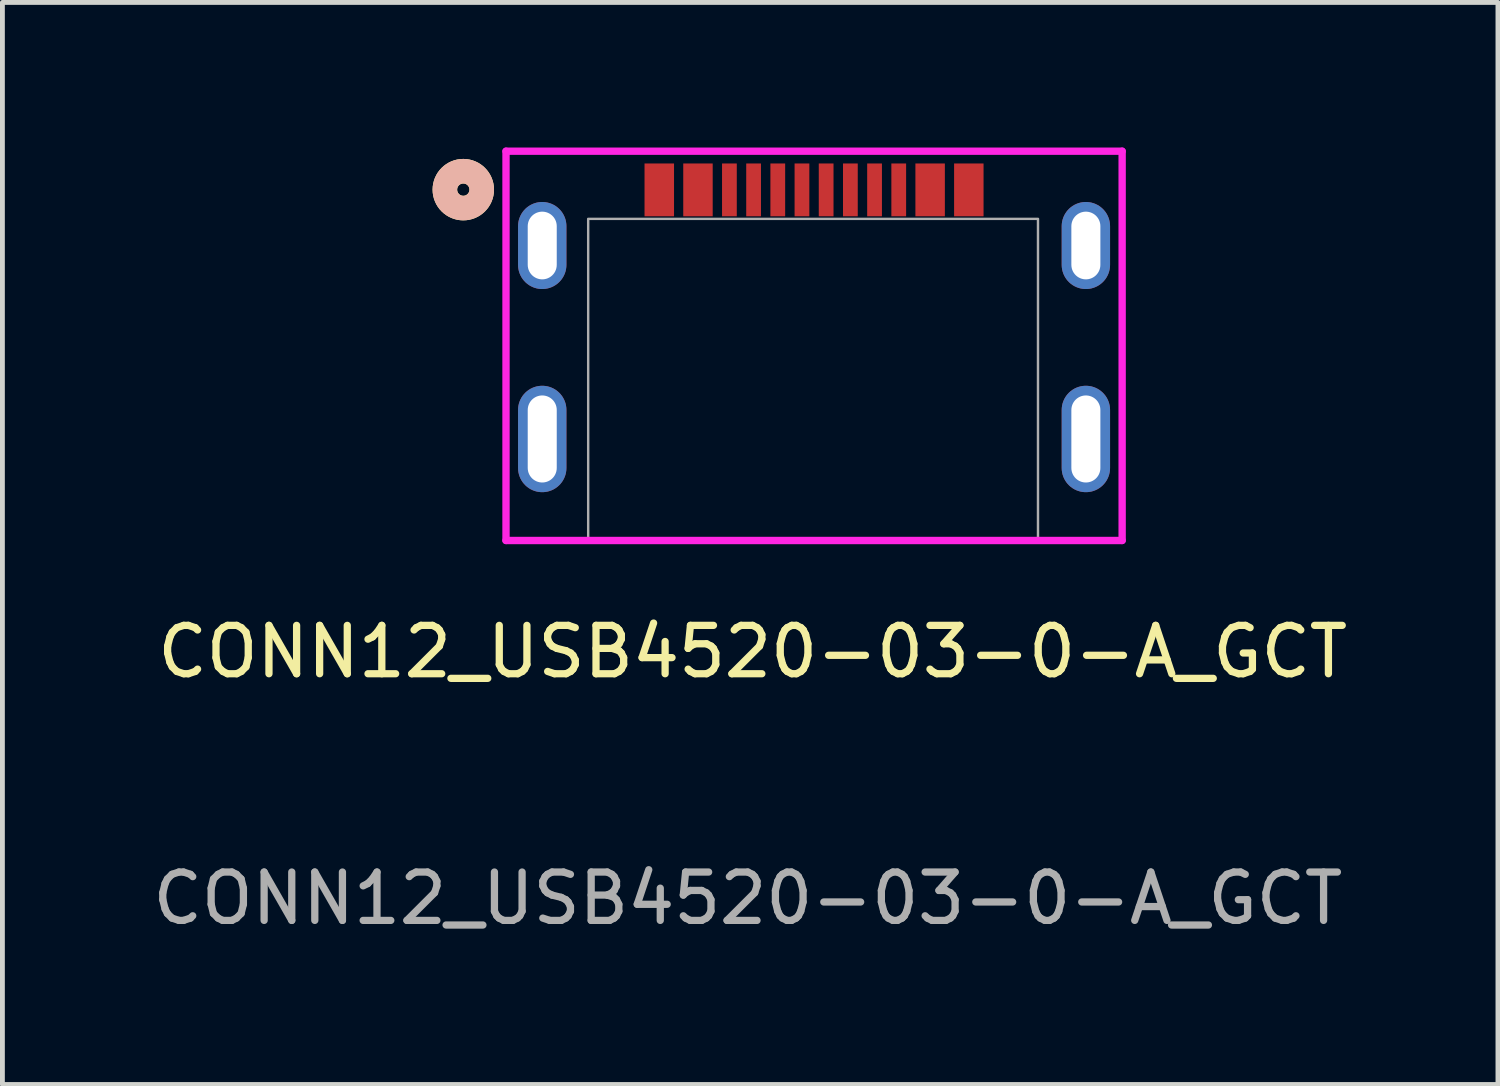
<source format=kicad_pcb>
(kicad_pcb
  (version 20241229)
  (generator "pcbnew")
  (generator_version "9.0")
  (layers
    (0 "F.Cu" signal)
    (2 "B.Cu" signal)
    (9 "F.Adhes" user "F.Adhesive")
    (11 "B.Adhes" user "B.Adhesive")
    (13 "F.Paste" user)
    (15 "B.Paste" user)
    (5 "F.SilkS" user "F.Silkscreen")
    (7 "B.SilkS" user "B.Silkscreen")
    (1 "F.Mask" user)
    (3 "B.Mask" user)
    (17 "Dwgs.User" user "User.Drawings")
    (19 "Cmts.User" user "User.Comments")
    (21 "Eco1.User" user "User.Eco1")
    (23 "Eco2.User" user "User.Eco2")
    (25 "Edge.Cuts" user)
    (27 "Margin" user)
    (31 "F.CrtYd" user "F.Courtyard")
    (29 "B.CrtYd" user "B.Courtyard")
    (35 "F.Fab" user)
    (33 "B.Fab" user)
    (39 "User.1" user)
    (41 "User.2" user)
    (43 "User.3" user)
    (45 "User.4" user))
  (footprint "CONN12_USB4520-03-0-A_GCT"
    (layer "F.Cu")
    (at 7.411 8.125)
    (property "Reference" "CONN12_USB4520-03-0-A_GCT" (at 5.1 2.3 0) (unlocked yes) (layer "F.SilkS") (effects (font (size 1 1) (thickness 0.15))))
    (attr smd)
    (fp_poly (pts (xy 2.866 -7.795) (xy 2.866 -6.703) (xy 3.475 -6.703) (xy 3.475 -7.795)) (stroke (width 0) (type solid)) (fill yes) (layer "F.Mask"))
    (fp_poly (pts (xy 3.666 -7.795) (xy 3.666 -6.703) (xy 4.275 -6.703) (xy 4.275 -7.795)) (stroke (width 0) (type solid)) (fill yes) (layer "F.Mask"))
    (fp_poly (pts (xy 8.466 -7.795) (xy 8.466 -6.703) (xy 9.075 -6.703) (xy 9.075 -7.795)) (stroke (width 0) (type solid)) (fill yes) (layer "F.Mask"))
    (fp_poly (pts (xy 9.266 -7.795) (xy 9.266 -6.703) (xy 9.875 -6.703) (xy 9.875 -7.795)) (stroke (width 0) (type solid)) (fill yes) (layer "F.Mask"))
    (fp_circle (center -0.882 -7.254) (end -1.263 -7.254) (stroke (width 0.508) (type solid)) (fill no) (layer "F.SilkS"))
    (fp_circle (center -0.882 -7.254) (end -0.501 -7.254) (stroke (width 0.508) (type solid)) (fill no) (layer "B.SilkS"))
    (fp_poly (pts (xy 2.866 -7.795) (xy 2.866 -6.703) (xy 3.475 -6.703) (xy 3.475 -7.795)) (stroke (width 0) (type solid)) (fill yes) (layer "F.Paste"))
    (fp_poly (pts (xy 3.665 -7.795) (xy 3.665 -6.703) (xy 4.275 -6.703) (xy 4.275 -7.795)) (stroke (width 0) (type solid)) (fill yes) (layer "F.Paste"))
    (fp_poly (pts (xy 8.465 -7.795) (xy 8.465 -6.703) (xy 9.075 -6.703) (xy 9.075 -7.795)) (stroke (width 0) (type solid)) (fill yes) (layer "F.Paste"))
    (fp_poly (pts (xy 9.265 -7.795) (xy 9.265 -6.703) (xy 9.875 -6.703) (xy 9.875 -7.795)) (stroke (width 0) (type solid)) (fill yes) (layer "F.Paste"))
    (fp_line (start 0 0) (end 12.74 0) (stroke (width 0.152) (type solid)) (layer "F.CrtYd"))
    (fp_line (start 0.001 -8.049) (end 0.001 0) (stroke (width 0.152) (type solid)) (layer "F.CrtYd"))
    (fp_line (start 12.74 -8.049) (end 0.001 -8.049) (stroke (width 0.152) (type solid)) (layer "F.CrtYd"))
    (fp_line (start 12.74 0) (end 12.74 -8.049) (stroke (width 0.152) (type solid)) (layer "F.CrtYd"))
    (fp_rect (start 1.7 -6.65) (end 11 0) (stroke (width 0.05) (type default)) (fill no) (layer "F.Fab"))
    (fp_text user "${REFERENCE}" (at 5 7.4 0) (unlocked yes) (layer "F.Fab") (effects (font (size 1 1) (thickness 0.15))))
    (pad "CC1" smd rect (at 5.12 -7.249) (size 0.305 1.092) (layers "F.Cu" "F.Mask" "F.Paste"))
    (pad "CC2" smd rect (at 8.121 -7.249) (size 0.305 1.092) (layers "F.Cu" "F.Mask" "F.Paste"))
    (pad "D_N" smd rect (at 5.62 -7.249) (size 0.305 1.092) (layers "F.Cu" "F.Mask" "F.Paste"))
    (pad "D_N" smd rect (at 6.62 -7.249) (size 0.305 1.092) (layers "F.Cu" "F.Mask" "F.Paste"))
    (pad "D_P" smd rect (at 6.12 -7.249) (size 0.305 1.092) (layers "F.Cu" "F.Mask" "F.Paste"))
    (pad "D_P" smd rect (at 7.121 -7.249) (size 0.305 1.092) (layers "F.Cu" "F.Mask" "F.Paste"))
    (pad "GND" smd rect (at 3.17 -7.249) (size 0.61 1.092) (layers "F.Cu" "F.Mask" "F.Paste"))
    (pad "GND" smd rect (at 9.57 -7.249) (size 0.609 1.092) (layers "F.Cu" "F.Mask" "F.Paste"))
    (pad "SBU1" smd rect (at 7.621 -7.249) (size 0.305 1.092) (layers "F.Cu" "F.Mask" "F.Paste"))
    (pad "SBU2" smd rect (at 4.62 -7.249) (size 0.305 1.092) (layers "F.Cu" "F.Mask" "F.Paste"))
    (pad "SHIELD" thru_hole oval (at 0.75 -2.099) (size 1 2.2) (drill oval 0.6 1.8) (layers "*.Cu" "*.Mask"))
    (pad "SHIELD" thru_hole oval (at 0.75 -6.099) (size 1 1.8) (drill oval 0.6 1.4) (layers "*.Cu" "*.Mask"))
    (pad "SHIELD" thru_hole oval (at 11.99 -6.099) (size 1 1.8) (drill oval 0.6 1.4) (layers "*.Cu" "*.Mask"))
    (pad "SHIELD" thru_hole oval (at 11.99 -2.099) (size 1 2.2) (drill oval 0.6 1.8) (layers "*.Cu" "*.Mask"))
    (pad "VBUS" smd rect (at 3.97 -7.249) (size 0.609 1.092) (layers "F.Cu" "F.Mask" "F.Paste"))
    (pad "VBUS" smd rect (at 8.77 -7.249) (size 0.609 1.092) (layers "F.Cu" "F.Mask" "F.Paste")))
  (gr_rect
    (start -3 -3)
    (end 27.921 19.373)
    (stroke (width 0.1) (type default))
    (fill no)
    (layer "Edge.Cuts")))
</source>
